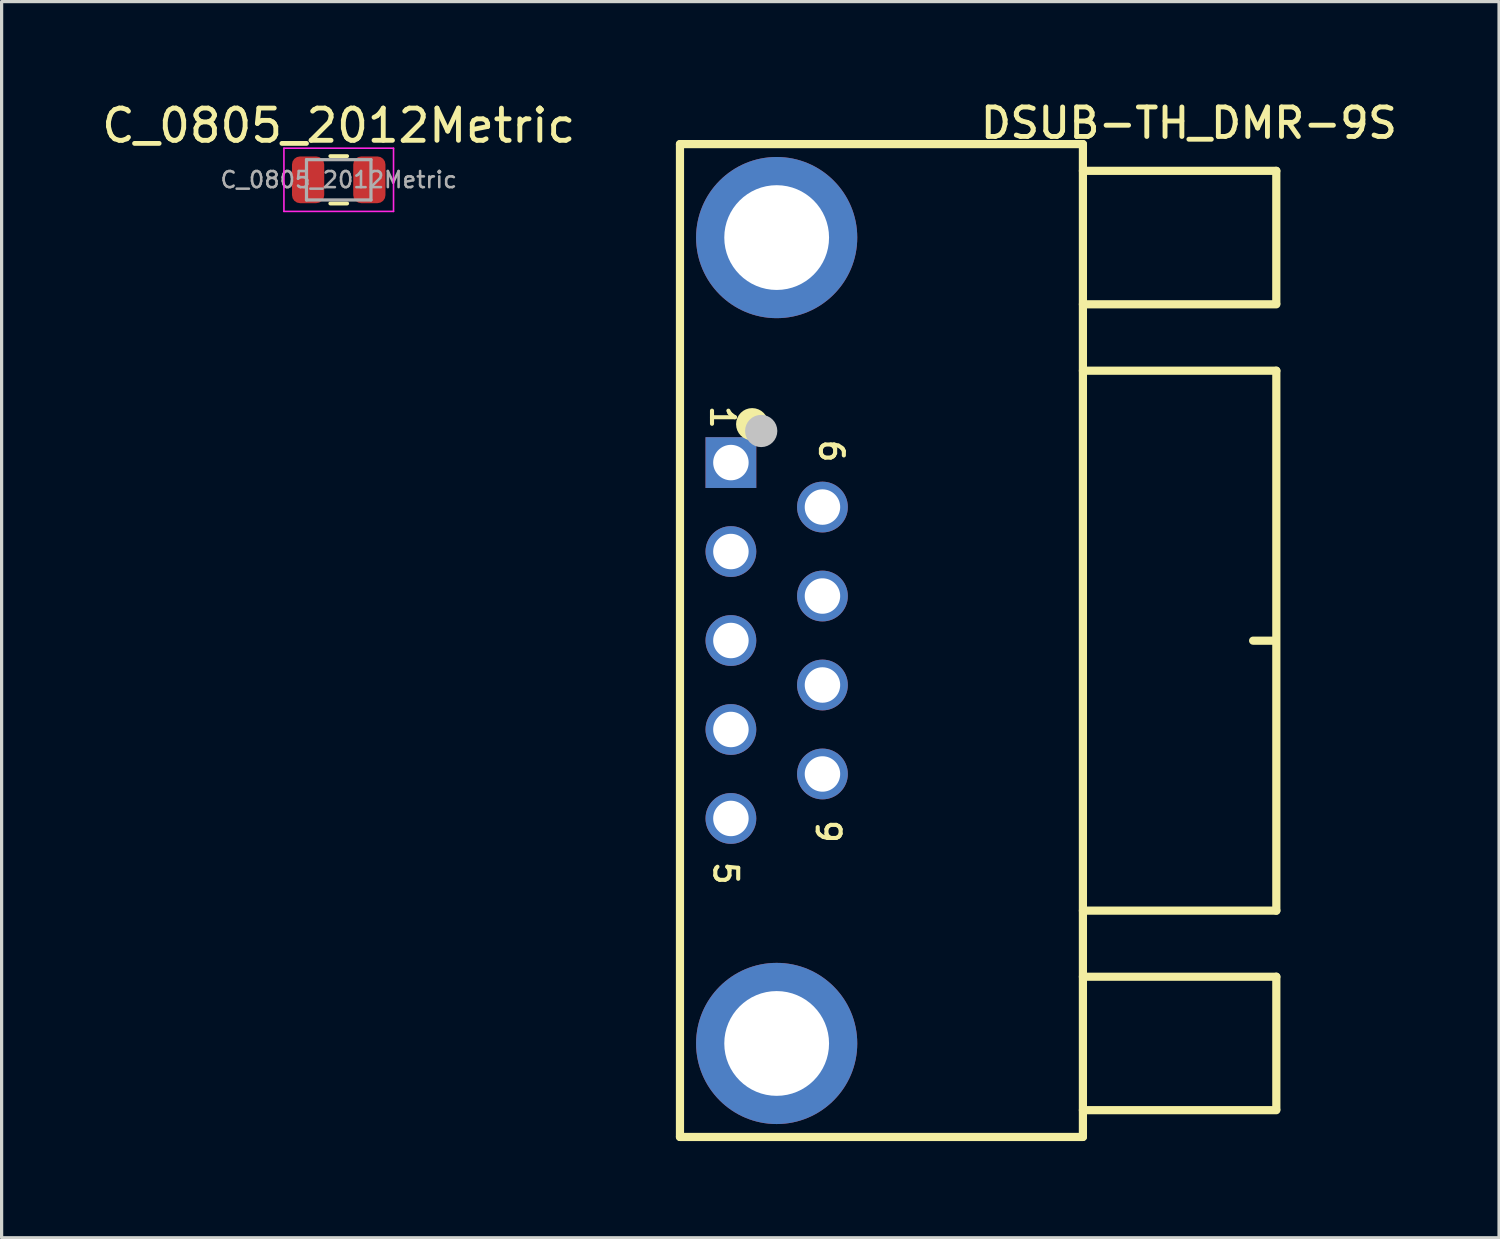
<source format=kicad_pcb>
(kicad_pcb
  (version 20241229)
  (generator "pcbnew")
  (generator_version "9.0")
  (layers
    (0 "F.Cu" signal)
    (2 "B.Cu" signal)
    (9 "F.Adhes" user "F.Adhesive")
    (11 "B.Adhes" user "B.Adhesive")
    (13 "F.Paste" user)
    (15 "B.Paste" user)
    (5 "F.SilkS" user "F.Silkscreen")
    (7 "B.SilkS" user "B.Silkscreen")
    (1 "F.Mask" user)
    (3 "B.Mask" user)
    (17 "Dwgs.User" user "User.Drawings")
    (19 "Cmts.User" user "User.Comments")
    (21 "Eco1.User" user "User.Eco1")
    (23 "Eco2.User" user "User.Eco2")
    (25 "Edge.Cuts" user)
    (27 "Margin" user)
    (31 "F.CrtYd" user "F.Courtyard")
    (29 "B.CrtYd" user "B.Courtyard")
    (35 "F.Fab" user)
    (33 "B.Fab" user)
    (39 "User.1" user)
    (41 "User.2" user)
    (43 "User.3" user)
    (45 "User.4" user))
  (footprint "C_0805_2012Metric"
    (layer "F.Cu")
    (at 7.458 2.528)
    (property "Reference" "C_0805_2012Metric" (at 0 -1.68 0) (layer "F.SilkS") (effects (font (size 1 1) (thickness 0.15))))
    (attr smd)
    (fp_line (start -0.261 -0.735) (end 0.261 -0.735) (stroke (width 0.12) (type solid)) (layer "F.SilkS"))
    (fp_line (start -0.261 0.735) (end 0.261 0.735) (stroke (width 0.12) (type solid)) (layer "F.SilkS"))
    (fp_line (start -1.7 -0.98) (end 1.7 -0.98) (stroke (width 0.05) (type solid)) (layer "F.CrtYd"))
    (fp_line (start -1.7 0.98) (end -1.7 -0.98) (stroke (width 0.05) (type solid)) (layer "F.CrtYd"))
    (fp_line (start 1.7 -0.98) (end 1.7 0.98) (stroke (width 0.05) (type solid)) (layer "F.CrtYd"))
    (fp_line (start 1.7 0.98) (end -1.7 0.98) (stroke (width 0.05) (type solid)) (layer "F.CrtYd"))
    (fp_line (start -1 -0.625) (end 1 -0.625) (stroke (width 0.1) (type solid)) (layer "F.Fab"))
    (fp_line (start -1 0.625) (end -1 -0.625) (stroke (width 0.1) (type solid)) (layer "F.Fab"))
    (fp_line (start 1 -0.625) (end 1 0.625) (stroke (width 0.1) (type solid)) (layer "F.Fab"))
    (fp_line (start 1 0.625) (end -1 0.625) (stroke (width 0.1) (type solid)) (layer "F.Fab"))
    (fp_text user "${REFERENCE}" (at 0 0 0) (layer "F.Fab") (effects (font (size 0.5 0.5) (thickness 0.08))))
    (pad "1" smd roundrect (at -0.95 0 180) (size 1 1.45) (layers "F.Cu" "F.Mask" "F.Paste") (roundrect_rratio 0.25))
    (pad "2" smd roundrect (at 0.95 0 180) (size 1 1.45) (layers "F.Cu" "F.Mask" "F.Paste") (roundrect_rratio 0.25)))
  (footprint "DSUB-TH_DMR-9S"
    (layer "F.Cu")
    (at 21.044 16.82)
    (property "Reference" "DSUB-TH_DMR-9S" (at 6.246 -16.587 0) (layer "F.SilkS") (effects (font (size 0.914 0.914) (thickness 0.152)) (justify left top)))
    (fp_line (start -3 -15.4) (end 9.5 -15.4) (stroke (width 0.254) (type default)) (layer "F.SilkS"))
    (fp_line (start -3 15.4) (end -3 -15.4) (stroke (width 0.254) (type default)) (layer "F.SilkS"))
    (fp_line (start 9.5 -14.57) (end 15.499 -14.57) (stroke (width 0.254) (type default)) (layer "F.SilkS"))
    (fp_line (start 9.5 -15.4) (end 9.5 15.4) (stroke (width 0.254) (type default)) (layer "F.SilkS"))
    (fp_line (start 9.5 -10.43) (end 15.5 -10.43) (stroke (width 0.254) (type default)) (layer "F.SilkS"))
    (fp_line (start 9.5 -8.37) (end 15.5 -8.37) (stroke (width 0.254) (type default)) (layer "F.SilkS"))
    (fp_line (start 9.5 14.57) (end 15.5 14.57) (stroke (width 0.254) (type default)) (layer "F.SilkS"))
    (fp_line (start 9.5 15.4) (end -3 15.4) (stroke (width 0.254) (type default)) (layer "F.SilkS"))
    (fp_line (start 14.78 0.005) (end 15.48 0.005) (stroke (width 0.254) (type default)) (layer "F.SilkS"))
    (fp_line (start 15.499 -14.57) (end 15.499 -10.46) (stroke (width 0.254) (type default)) (layer "F.SilkS"))
    (fp_line (start 15.5 -8.37) (end 15.5 8.38) (stroke (width 0.254) (type default)) (layer "F.SilkS"))
    (fp_line (start 15.5 8.38) (end 9.5 8.38) (stroke (width 0.254) (type default)) (layer "F.SilkS"))
    (fp_line (start 15.5 10.43) (end 9.5 10.43) (stroke (width 0.254) (type default)) (layer "F.SilkS"))
    (fp_line (start 15.5 14.54) (end 15.5 10.43) (stroke (width 0.254) (type default)) (layer "F.SilkS"))
    (fp_circle (center -0.76 -6.71) (end -1.01 -6.71) (stroke (width 0.5) (type default)) (fill no) (layer "F.SilkS"))
    (fp_circle (center -0.48 -6.5) (end -0.73 -6.5) (stroke (width 0.5) (type default)) (fill no) (layer "Dwgs.User"))
    (fp_circle (center -1.42 -5.52) (end -1.57 -5.52) (stroke (width 0.3) (type default)) (fill no) (layer "User.4"))
    (fp_circle (center -1.42 -2.76) (end -1.57 -2.76) (stroke (width 0.3) (type default)) (fill no) (layer "User.4"))
    (fp_circle (center -1.42 0) (end -1.57 0) (stroke (width 0.3) (type default)) (fill no) (layer "User.4"))
    (fp_circle (center -1.42 2.76) (end -1.57 2.76) (stroke (width 0.3) (type default)) (fill no) (layer "User.4"))
    (fp_circle (center -1.42 5.52) (end -1.57 5.52) (stroke (width 0.3) (type default)) (fill no) (layer "User.4"))
    (fp_circle (center 1.42 -4.14) (end 1.27 -4.14) (stroke (width 0.3) (type default)) (fill no) (layer "User.4"))
    (fp_circle (center 1.42 -1.38) (end 1.27 -1.38) (stroke (width 0.3) (type default)) (fill no) (layer "User.4"))
    (fp_circle (center 1.42 1.38) (end 1.27 1.38) (stroke (width 0.3) (type default)) (fill no) (layer "User.4"))
    (fp_circle (center 1.42 4.14) (end 1.27 4.14) (stroke (width 0.3) (type default)) (fill no) (layer "User.4"))
    (fp_circle (center -2.75 -15.41) (end -2.78 -15.41) (stroke (width 0.06) (type default)) (fill no) (layer "User.5"))
    (fp_text user "6" (at 2.111 -6.3 270) (unlocked yes) (layer "F.SilkS") (effects (font (size 0.711 0.711) (thickness 0.127)) (justify left top)))
    (fp_text user "5" (at -1.166 6.799 270) (unlocked yes) (layer "F.SilkS") (effects (font (size 0.711 0.711) (thickness 0.127)) (justify left top)))
    (fp_text user "9" (at 2.011 5.5 270) (unlocked yes) (layer "F.SilkS") (effects (font (size 0.711 0.711) (thickness 0.127)) (justify left top)))
    (fp_text user "1" (at -1.268 -7.349 270) (unlocked yes) (layer "F.SilkS") (effects (font (size 0.711 0.711) (thickness 0.127)) (justify left top)))
    (pad "1" thru_hole rect (at -1.42 -5.52 90) (size 1.575 1.575) (drill 1.1) (layers "*.Cu" "*.Mask"))
    (pad "2" thru_hole oval (at -1.42 -2.76 90) (size 1.575 1.575) (drill 1.1) (layers "*.Cu" "*.Mask"))
    (pad "3" thru_hole oval (at -1.42 0 90) (size 1.575 1.575) (drill 1.1) (layers "*.Cu" "*.Mask"))
    (pad "4" thru_hole oval (at -1.42 2.76 90) (size 1.575 1.575) (drill 1.1) (layers "*.Cu" "*.Mask"))
    (pad "5" thru_hole oval (at -1.42 5.52 90) (size 1.575 1.575) (drill 1.1) (layers "*.Cu" "*.Mask"))
    (pad "6" thru_hole oval (at 1.42 -4.14 90) (size 1.575 1.575) (drill 1.1) (layers "*.Cu" "*.Mask"))
    (pad "7" thru_hole oval (at 1.42 -1.38 90) (size 1.575 1.575) (drill 1.1) (layers "*.Cu" "*.Mask"))
    (pad "8" thru_hole oval (at 1.42 1.38 90) (size 1.575 1.575) (drill 1.1) (layers "*.Cu" "*.Mask"))
    (pad "9" thru_hole oval (at 1.42 4.14 90) (size 1.575 1.575) (drill 1.1) (layers "*.Cu" "*.Mask"))
    (pad "10" thru_hole oval (at -0.0003 -12.5 90) (size 5 5) (drill 3.25) (layers "*.Cu" "*.Mask"))
    (pad "11" thru_hole oval (at -0.0003 12.5 90) (size 5 5) (drill 3.25) (layers "*.Cu" "*.Mask"))
    (zone (net_name "") (layer "User.3") (hatch edge 0.5) (priority 100) (connect_pads yes) (min_thickness 0) (filled_areas_thickness no) (fill yes) (polygon (pts (xy 18.034 32.19) (xy 35.134 32.19) (xy 35.134 27.11) (xy 34.764 26.6) (xy 30.344 26.57) (arc (start 30.343668 25.959772) (mid 30.363892 25.858137) (end 30.421468 25.771972)) (arc (start 30.593668 25.599772) (mid 30.671206 25.547963) (end 30.762668 25.529772)) (xy 31.044 25.53) (arc (start 36.273668 24.959772) (mid 36.393792 24.935878) (end 36.495568 24.867772)) (xy 36.534 24.83) (xy 36.544 24.806) (xy 36.544 24.63) (arc (start 36.543668 8.908772) (mid 36.525481 8.817305) (end 36.473668 8.739772)) (arc (start 36.473668 8.739772) (mid 36.362872 8.665716) (end 36.232168 8.639772)) (xy 36.174 8.64) (arc (start 30.743668 8.079772) (mid 30.651288 8.061397) (end 30.572968 8.009072)) (xy 30.424 7.86) (arc (start 30.401468 7.837572) (mid 30.343895 7.751409) (end 30.323668 7.649772)) (xy 30.324 7.03) (xy 30.348 7.04) (xy 34.774 7.04) (xy 35.144 6.51) (xy 35.124 2.11) (xy 34.764 1.6) (xy 30.334 1.61) (xy 30.344 1.41) (xy 18.044 1.42))) (filled_polygon (layer "User.3") (island) (pts (xy 18.034 32.19) (xy 35.134 32.19) (xy 35.134 27.11) (xy 34.764 26.6) (xy 30.344 26.57) (arc (start 30.343668 25.959772) (mid 30.363892 25.858137) (end 30.421468 25.771972)) (arc (start 30.593668 25.599772) (mid 30.671206 25.547963) (end 30.762668 25.529772)) (xy 31.044 25.53) (arc (start 36.273668 24.959772) (mid 36.393792 24.935878) (end 36.495568 24.867772)) (xy 36.534 24.83) (xy 36.544 24.806) (xy 36.544 24.63) (arc (start 36.543668 8.908772) (mid 36.525481 8.817305) (end 36.473668 8.739772)) (arc (start 36.473668 8.739772) (mid 36.362872 8.665716) (end 36.232168 8.639772)) (xy 36.174 8.64) (arc (start 30.743668 8.079772) (mid 30.651288 8.061397) (end 30.572968 8.009072)) (xy 30.424 7.86) (arc (start 30.401468 7.837572) (mid 30.343895 7.751409) (end 30.323668 7.649772)) (xy 30.324 7.03) (xy 30.348 7.04) (xy 34.774 7.04) (xy 35.144 6.51) (xy 35.124 2.11) (xy 34.764 1.6) (xy 30.334 1.61) (xy 30.344 1.41) (xy 18.044 1.42)))))
  (gr_rect
    (start -3 -3)
    (end 43.453 35.347)
    (stroke (width 0.1) (type default))
    (fill no)
    (layer "Edge.Cuts")))
</source>
